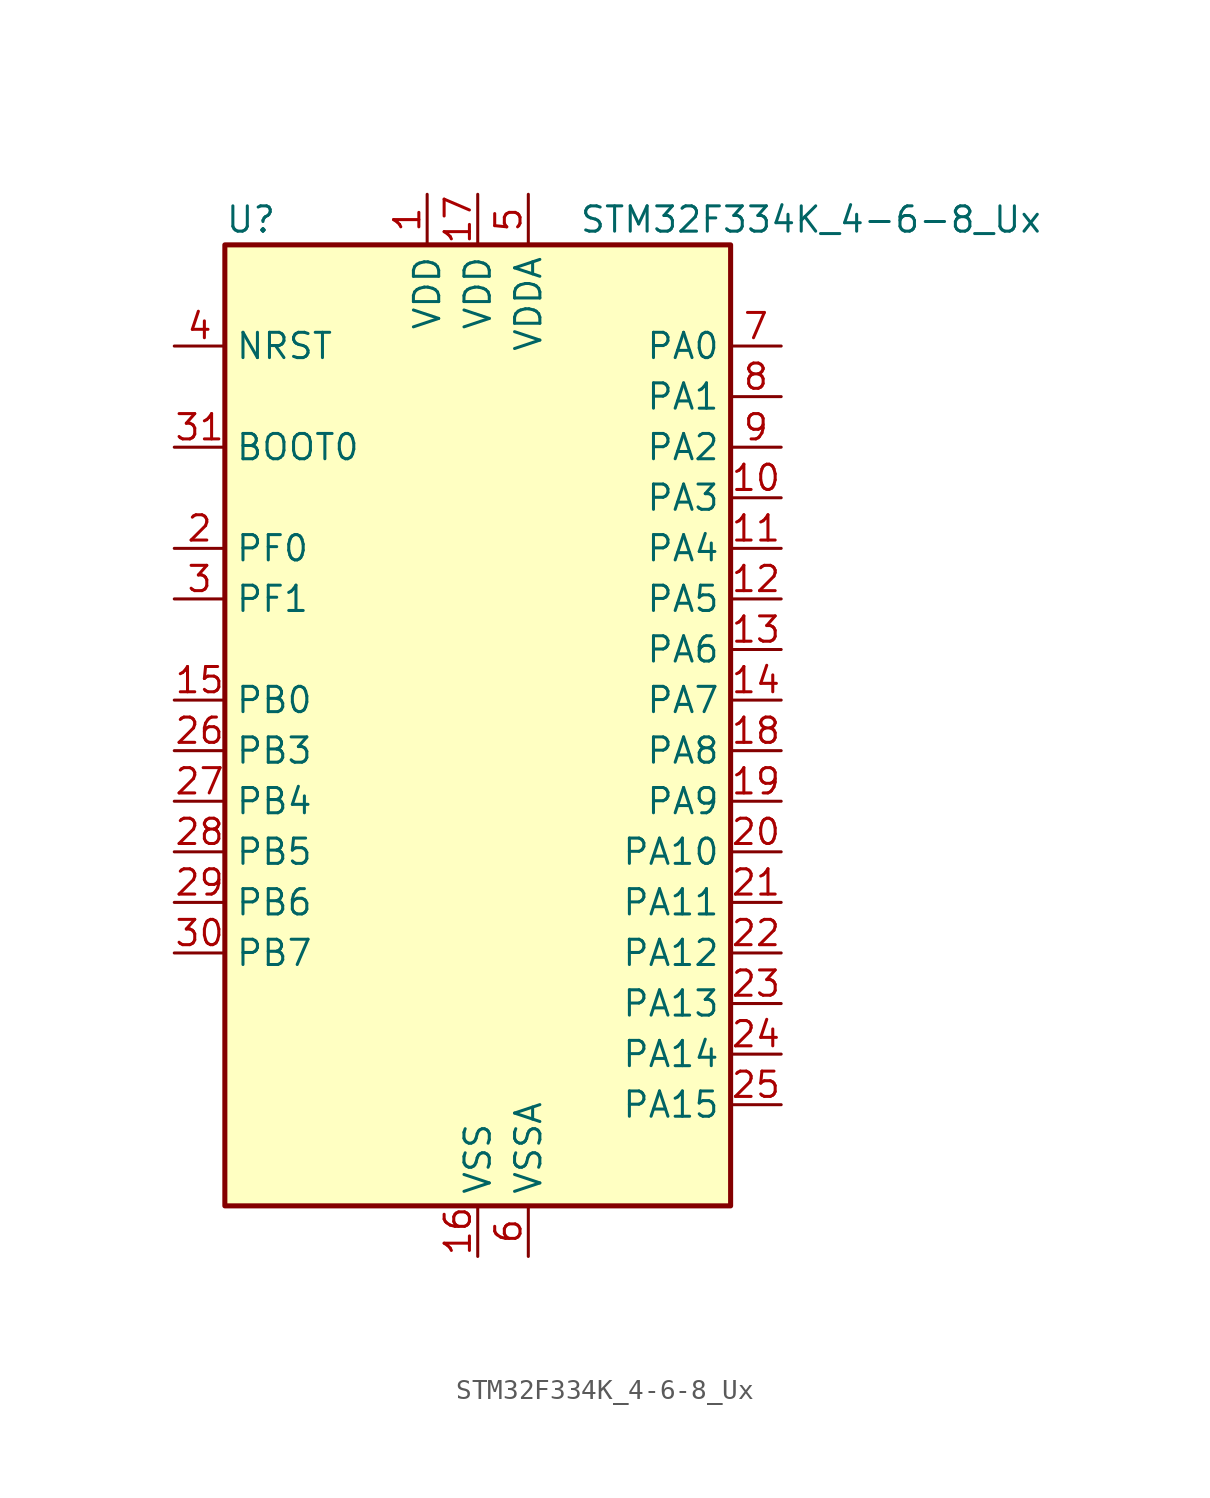
<source format=kicad_sym>
(kicad_symbol_lib
  (version 20241209)
  (generator "kicad_symbol_editor")
  (generator_version "9.0")
  (symbol "STM32F334K_4-6-8_Ux"
    (property "Reference" "U"
      (at -12.7 26.67 0)
      (effects (font (size 1.27 1.27)) (justify left)))
    (property "Value" "STM32F334K_4-6-8_Ux"
      (at 5.08 26.67 0)
      (effects (font (size 1.27 1.27)) (justify left)))
    (symbol "STM32F334K_4-6-8_Ux_0_1"
      (rectangle (start -12.7 -22.86) (end 12.7 25.4) (stroke (width 0.254) (type default)) (fill (type background))))
    (symbol "STM32F334K_4-6-8_Ux_1_1"
      (pin input line (at -15.24 20.32 0) (length 2.54) (name "NRST" (effects (font (size 1.27 1.27)))) (number "4" (effects (font (size 1.27 1.27)))))
      (pin input line (at -15.24 15.24 0) (length 2.54) (name "BOOT0" (effects (font (size 1.27 1.27)))) (number "31" (effects (font (size 1.27 1.27)))))
      (pin bidirectional line (at -15.24 10.16 0) (length 2.54) (name "PF0" (effects (font (size 1.27 1.27)))) (number "2" (effects (font (size 1.27 1.27)))) (alternate "RCC_OSC_IN" bidirectional line) (alternate "TIM1_CH3N" bidirectional line))
      (pin bidirectional line (at -15.24 7.62 0) (length 2.54) (name "PF1" (effects (font (size 1.27 1.27)))) (number "3" (effects (font (size 1.27 1.27)))) (alternate "RCC_OSC_OUT" bidirectional line))
      (pin bidirectional line (at -15.24 2.54 0) (length 2.54) (name "PB0" (effects (font (size 1.27 1.27)))) (number "15" (effects (font (size 1.27 1.27)))) (alternate "ADC1_IN11" bidirectional line) (alternate "COMP4_INP" bidirectional line) (alternate "OPAMP2_VINP" bidirectional line) (alternate "OPAMP2_VINP_SEC" bidirectional line) (alternate "TIM1_CH2N" bidirectional line) (alternate "TIM3_CH3" bidirectional line) (alternate "TSC_G3_IO2" bidirectional line))
      (pin bidirectional line (at -15.24 0 0) (length 2.54) (name "PB3" (effects (font (size 1.27 1.27)))) (number "26" (effects (font (size 1.27 1.27)))) (alternate "HRTIM1_EEV9" bidirectional line) (alternate "HRTIM1_SCOUT" bidirectional line) (alternate "SPI1_SCK" bidirectional line) (alternate "SYS_JTDO-TRACESWO" bidirectional line) (alternate "TIM2_CH2" bidirectional line) (alternate "TIM3_ETR" bidirectional line) (alternate "TSC_G5_IO1" bidirectional line) (alternate "USART2_TX" bidirectional line))
      (pin bidirectional line (at -15.24 -2.54 0) (length 2.54) (name "PB4" (effects (font (size 1.27 1.27)))) (number "27" (effects (font (size 1.27 1.27)))) (alternate "HRTIM1_EEV7" bidirectional line) (alternate "SPI1_MISO" bidirectional line) (alternate "SYS_NJTRST" bidirectional line) (alternate "TIM16_CH1" bidirectional line) (alternate "TIM17_BKIN" bidirectional line) (alternate "TIM3_CH1" bidirectional line) (alternate "TSC_G5_IO2" bidirectional line) (alternate "USART2_RX" bidirectional line))
      (pin bidirectional line (at -15.24 -5.08 0) (length 2.54) (name "PB5" (effects (font (size 1.27 1.27)))) (number "28" (effects (font (size 1.27 1.27)))) (alternate "HRTIM1_EEV6" bidirectional line) (alternate "I2C1_SMBA" bidirectional line) (alternate "SPI1_MOSI" bidirectional line) (alternate "TIM16_BKIN" bidirectional line) (alternate "TIM17_CH1" bidirectional line) (alternate "TIM3_CH2" bidirectional line) (alternate "USART2_CK" bidirectional line))
      (pin bidirectional line (at -15.24 -7.62 0) (length 2.54) (name "PB6" (effects (font (size 1.27 1.27)))) (number "29" (effects (font (size 1.27 1.27)))) (alternate "HRTIM1_EEV4" bidirectional line) (alternate "HRTIM1_SCIN" bidirectional line) (alternate "I2C1_SCL" bidirectional line) (alternate "TIM16_CH1N" bidirectional line) (alternate "TSC_G5_IO3" bidirectional line) (alternate "USART1_TX" bidirectional line))
      (pin bidirectional line (at -15.24 -10.16 0) (length 2.54) (name "PB7" (effects (font (size 1.27 1.27)))) (number "30" (effects (font (size 1.27 1.27)))) (alternate "HRTIM1_EEV3" bidirectional line) (alternate "I2C1_SDA" bidirectional line) (alternate "TIM17_CH1N" bidirectional line) (alternate "TIM3_CH4" bidirectional line) (alternate "TSC_G5_IO4" bidirectional line) (alternate "USART1_RX" bidirectional line))
      (pin power_in line (at -2.54 27.94 270) (length 2.54) (name "VDD" (effects (font (size 1.27 1.27)))) (number "1" (effects (font (size 1.27 1.27)))))
      (pin power_in line (at 0 27.94 270) (length 2.54) (name "VDD" (effects (font (size 1.27 1.27)))) (number "17" (effects (font (size 1.27 1.27)))))
      (pin power_in line (at 0 -25.4 90) (length 2.54) (name "VSS" (effects (font (size 1.27 1.27)))) (number "16" (effects (font (size 1.27 1.27)))))
      (pin passive line (at 0 -25.4 90) (length 2.54) (hide yes) (name "VSS" (effects (font (size 1.27 1.27)))) (number "32" (effects (font (size 1.27 1.27)))))
      (pin passive line (at 0 -25.4 90) (length 2.54) (hide yes) (name "VSS" (effects (font (size 1.27 1.27)))) (number "33" (effects (font (size 1.27 1.27)))))
      (pin power_in line (at 2.54 27.94 270) (length 2.54) (name "VDDA" (effects (font (size 1.27 1.27)))) (number "5" (effects (font (size 1.27 1.27)))))
      (pin power_in line (at 2.54 -25.4 90) (length 2.54) (name "VSSA" (effects (font (size 1.27 1.27)))) (number "6" (effects (font (size 1.27 1.27)))))
      (pin bidirectional line (at 15.24 20.32 180) (length 2.54) (name "PA0" (effects (font (size 1.27 1.27)))) (number "7" (effects (font (size 1.27 1.27)))) (alternate "ADC1_IN1" bidirectional line) (alternate "RTC_TAMP2" bidirectional line) (alternate "SYS_WKUP1" bidirectional line) (alternate "TIM2_CH1" bidirectional line) (alternate "TIM2_ETR" bidirectional line) (alternate "TSC_G1_IO1" bidirectional line) (alternate "USART2_CTS" bidirectional line))
      (pin bidirectional line (at 15.24 17.78 180) (length 2.54) (name "PA1" (effects (font (size 1.27 1.27)))) (number "8" (effects (font (size 1.27 1.27)))) (alternate "ADC1_IN2" bidirectional line) (alternate "RTC_REFIN" bidirectional line) (alternate "TIM15_CH1N" bidirectional line) (alternate "TIM2_CH2" bidirectional line) (alternate "TSC_G1_IO2" bidirectional line) (alternate "USART2_DE" bidirectional line) (alternate "USART2_RTS" bidirectional line))
      (pin bidirectional line (at 15.24 15.24 180) (length 2.54) (name "PA2" (effects (font (size 1.27 1.27)))) (number "9" (effects (font (size 1.27 1.27)))) (alternate "ADC1_IN3" bidirectional line) (alternate "COMP2_INM" bidirectional line) (alternate "COMP2_OUT" bidirectional line) (alternate "TIM15_CH1" bidirectional line) (alternate "TIM2_CH3" bidirectional line) (alternate "TSC_G1_IO3" bidirectional line) (alternate "USART2_TX" bidirectional line))
      (pin bidirectional line (at 15.24 12.7 180) (length 2.54) (name "PA3" (effects (font (size 1.27 1.27)))) (number "10" (effects (font (size 1.27 1.27)))) (alternate "ADC1_IN4" bidirectional line) (alternate "TIM15_CH2" bidirectional line) (alternate "TIM2_CH4" bidirectional line) (alternate "TSC_G1_IO4" bidirectional line) (alternate "USART2_RX" bidirectional line))
      (pin bidirectional line (at 15.24 10.16 180) (length 2.54) (name "PA4" (effects (font (size 1.27 1.27)))) (number "11" (effects (font (size 1.27 1.27)))) (alternate "ADC2_IN1" bidirectional line) (alternate "COMP2_INM" bidirectional line) (alternate "COMP4_INM" bidirectional line) (alternate "DAC1_OUT1" bidirectional line) (alternate "SPI1_NSS" bidirectional line) (alternate "TIM3_CH2" bidirectional line) (alternate "TSC_G2_IO1" bidirectional line) (alternate "USART2_CK" bidirectional line))
      (pin bidirectional line (at 15.24 7.62 180) (length 2.54) (name "PA5" (effects (font (size 1.27 1.27)))) (number "12" (effects (font (size 1.27 1.27)))) (alternate "ADC2_IN2" bidirectional line) (alternate "DAC1_OUT2" bidirectional line) (alternate "OPAMP2_VINM" bidirectional line) (alternate "OPAMP2_VINM_SEC" bidirectional line) (alternate "SPI1_SCK" bidirectional line) (alternate "TIM2_CH1" bidirectional line) (alternate "TIM2_ETR" bidirectional line) (alternate "TSC_G2_IO2" bidirectional line))
      (pin bidirectional line (at 15.24 5.08 180) (length 2.54) (name "PA6" (effects (font (size 1.27 1.27)))) (number "13" (effects (font (size 1.27 1.27)))) (alternate "ADC2_IN3" bidirectional line) (alternate "DAC2_OUT1" bidirectional line) (alternate "OPAMP2_DIG" bidirectional line) (alternate "OPAMP2_VOUT" bidirectional line) (alternate "SPI1_MISO" bidirectional line) (alternate "TIM16_CH1" bidirectional line) (alternate "TIM1_BKIN" bidirectional line) (alternate "TIM3_CH1" bidirectional line) (alternate "TSC_G2_IO3" bidirectional line))
      (pin bidirectional line (at 15.24 2.54 180) (length 2.54) (name "PA7" (effects (font (size 1.27 1.27)))) (number "14" (effects (font (size 1.27 1.27)))) (alternate "ADC2_IN4" bidirectional line) (alternate "COMP2_INP" bidirectional line) (alternate "OPAMP2_VINP" bidirectional line) (alternate "OPAMP2_VINP_SEC" bidirectional line) (alternate "SPI1_MOSI" bidirectional line) (alternate "TIM17_CH1" bidirectional line) (alternate "TIM1_CH1N" bidirectional line) (alternate "TIM3_CH2" bidirectional line) (alternate "TSC_G2_IO4" bidirectional line))
      (pin bidirectional line (at 15.24 0 180) (length 2.54) (name "PA8" (effects (font (size 1.27 1.27)))) (number "18" (effects (font (size 1.27 1.27)))) (alternate "HRTIM1_CHA1" bidirectional line) (alternate "RCC_MCO" bidirectional line) (alternate "TIM1_CH1" bidirectional line) (alternate "USART1_CK" bidirectional line))
      (pin bidirectional line (at 15.24 -2.54 180) (length 2.54) (name "PA9" (effects (font (size 1.27 1.27)))) (number "19" (effects (font (size 1.27 1.27)))) (alternate "DAC1_EXTI9" bidirectional line) (alternate "DAC2_EXTI9" bidirectional line) (alternate "HRTIM1_CHA2" bidirectional line) (alternate "TIM15_BKIN" bidirectional line) (alternate "TIM1_CH2" bidirectional line) (alternate "TIM2_CH3" bidirectional line) (alternate "TSC_G4_IO1" bidirectional line) (alternate "USART1_TX" bidirectional line))
      (pin bidirectional line (at 15.24 -5.08 180) (length 2.54) (name "PA10" (effects (font (size 1.27 1.27)))) (number "20" (effects (font (size 1.27 1.27)))) (alternate "HRTIM1_CHB1" bidirectional line) (alternate "TIM17_BKIN" bidirectional line) (alternate "TIM1_CH3" bidirectional line) (alternate "TIM2_CH4" bidirectional line) (alternate "TSC_G4_IO2" bidirectional line) (alternate "USART1_RX" bidirectional line))
      (pin bidirectional line (at 15.24 -7.62 180) (length 2.54) (name "PA11" (effects (font (size 1.27 1.27)))) (number "21" (effects (font (size 1.27 1.27)))) (alternate "ADC1_EXTI11" bidirectional line) (alternate "ADC2_EXTI11" bidirectional line) (alternate "CAN_RX" bidirectional line) (alternate "HRTIM1_CHB2" bidirectional line) (alternate "TIM1_BKIN2" bidirectional line) (alternate "TIM1_CH1N" bidirectional line) (alternate "TIM1_CH4" bidirectional line) (alternate "USART1_CTS" bidirectional line))
      (pin bidirectional line (at 15.24 -10.16 180) (length 2.54) (name "PA12" (effects (font (size 1.27 1.27)))) (number "22" (effects (font (size 1.27 1.27)))) (alternate "CAN_TX" bidirectional line) (alternate "COMP2_OUT" bidirectional line) (alternate "HRTIM1_FLT1" bidirectional line) (alternate "TIM16_CH1" bidirectional line) (alternate "TIM1_CH2N" bidirectional line) (alternate "TIM1_ETR" bidirectional line) (alternate "USART1_DE" bidirectional line) (alternate "USART1_RTS" bidirectional line))
      (pin bidirectional line (at 15.24 -12.7 180) (length 2.54) (name "PA13" (effects (font (size 1.27 1.27)))) (number "23" (effects (font (size 1.27 1.27)))) (alternate "IR_OUT" bidirectional line) (alternate "SYS_JTMS-SWDIO" bidirectional line) (alternate "TIM16_CH1N" bidirectional line) (alternate "TSC_G4_IO3" bidirectional line))
      (pin bidirectional line (at 15.24 -15.24 180) (length 2.54) (name "PA14" (effects (font (size 1.27 1.27)))) (number "24" (effects (font (size 1.27 1.27)))) (alternate "I2C1_SDA" bidirectional line) (alternate "SYS_JTCK-SWCLK" bidirectional line) (alternate "TIM1_BKIN" bidirectional line) (alternate "TSC_G4_IO4" bidirectional line) (alternate "USART2_TX" bidirectional line))
      (pin bidirectional line (at 15.24 -17.78 180) (length 2.54) (name "PA15" (effects (font (size 1.27 1.27)))) (number "25" (effects (font (size 1.27 1.27)))) (alternate "ADC1_EXTI15" bidirectional line) (alternate "ADC2_EXTI15" bidirectional line) (alternate "HRTIM1_FLT2" bidirectional line) (alternate "I2C1_SCL" bidirectional line) (alternate "SPI1_NSS" bidirectional line) (alternate "SYS_JTDI" bidirectional line) (alternate "TIM1_BKIN" bidirectional line) (alternate "TIM2_CH1" bidirectional line) (alternate "TIM2_ETR" bidirectional line) (alternate "TSC_SYNC" bidirectional line) (alternate "USART2_RX" bidirectional line)))))
</source>
